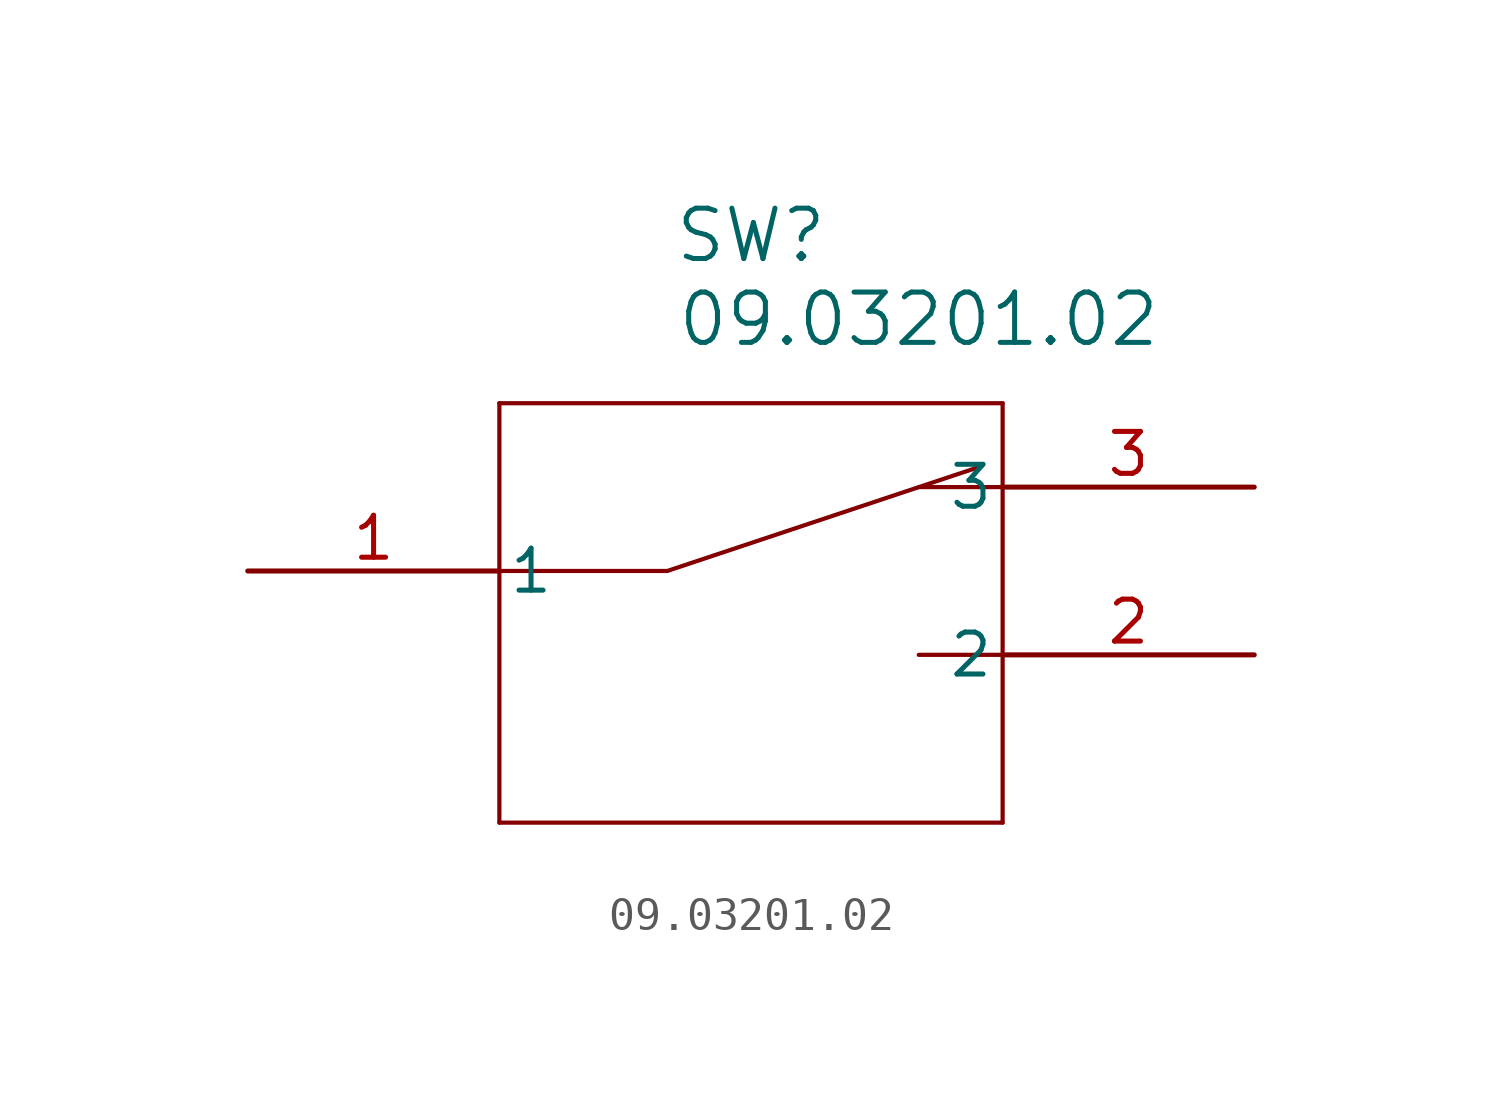
<source format=kicad_sym>
(kicad_symbol_lib
  (version 20211014)
  (generator kicad_symbol_editor)
  (symbol "09.03201.02"
    (pin_names
      (offset 0.254))
    (property "Reference" "SW"
      (at 15.24 10.16 0)
      (effects (font (size 1.524 1.524))))
    (property "Value" "09.03201.02"
      (at 20.32 7.62 0)
      (effects (font (size 1.524 1.524))))
    (polyline
      (pts (xy 7.62 5.08) (xy 7.62 -7.62))
      (stroke (width 0.127) (type default) (color 0 0 0 0))
      (fill (type none)))
    (polyline
      (pts (xy 7.62 -7.62) (xy 22.86 -7.62))
      (stroke (width 0.127) (type default) (color 0 0 0 0))
      (fill (type none)))
    (polyline
      (pts (xy 22.86 -7.62) (xy 22.86 5.08))
      (stroke (width 0.127) (type default) (color 0 0 0 0))
      (fill (type none)))
    (polyline
      (pts (xy 22.86 5.08) (xy 7.62 5.08))
      (stroke (width 0.127) (type default) (color 0 0 0 0))
      (fill (type none)))
    (polyline
      (pts (xy 22.86 2.54) (xy 20.32 2.54))
      (stroke (width 0.127) (type default) (color 0 0 0 0))
      (fill (type none)))
    (polyline
      (pts (xy 22.86 -2.54) (xy 20.32 -2.54))
      (stroke (width 0.127) (type default) (color 0 0 0 0))
      (fill (type none)))
    (polyline
      (pts (xy 7.62 0) (xy 12.7 0))
      (stroke (width 0.127) (type default) (color 0 0 0 0))
      (fill (type none)))
    (polyline
      (pts (xy 12.7 0) (xy 22.225 3.175))
      (stroke (width 0.127) (type default) (color 0 0 0 0))
      (fill (type none)))
    (pin unspecified line
      (at 0 0 0)
      (length 7.62)
      (name "1" (effects (font (size 1.27 1.27))))
      (number "1" (effects (font (size 1.27 1.27)))))
    (pin unspecified line
      (at 30.48 -2.54 180)
      (length 7.62)
      (name "2" (effects (font (size 1.27 1.27))))
      (number "2" (effects (font (size 1.27 1.27)))))
    (pin unspecified line
      (at 30.48 2.54 180)
      (length 7.62)
      (name "3" (effects (font (size 1.27 1.27))))
      (number "3" (effects (font (size 1.27 1.27)))))))
</source>
